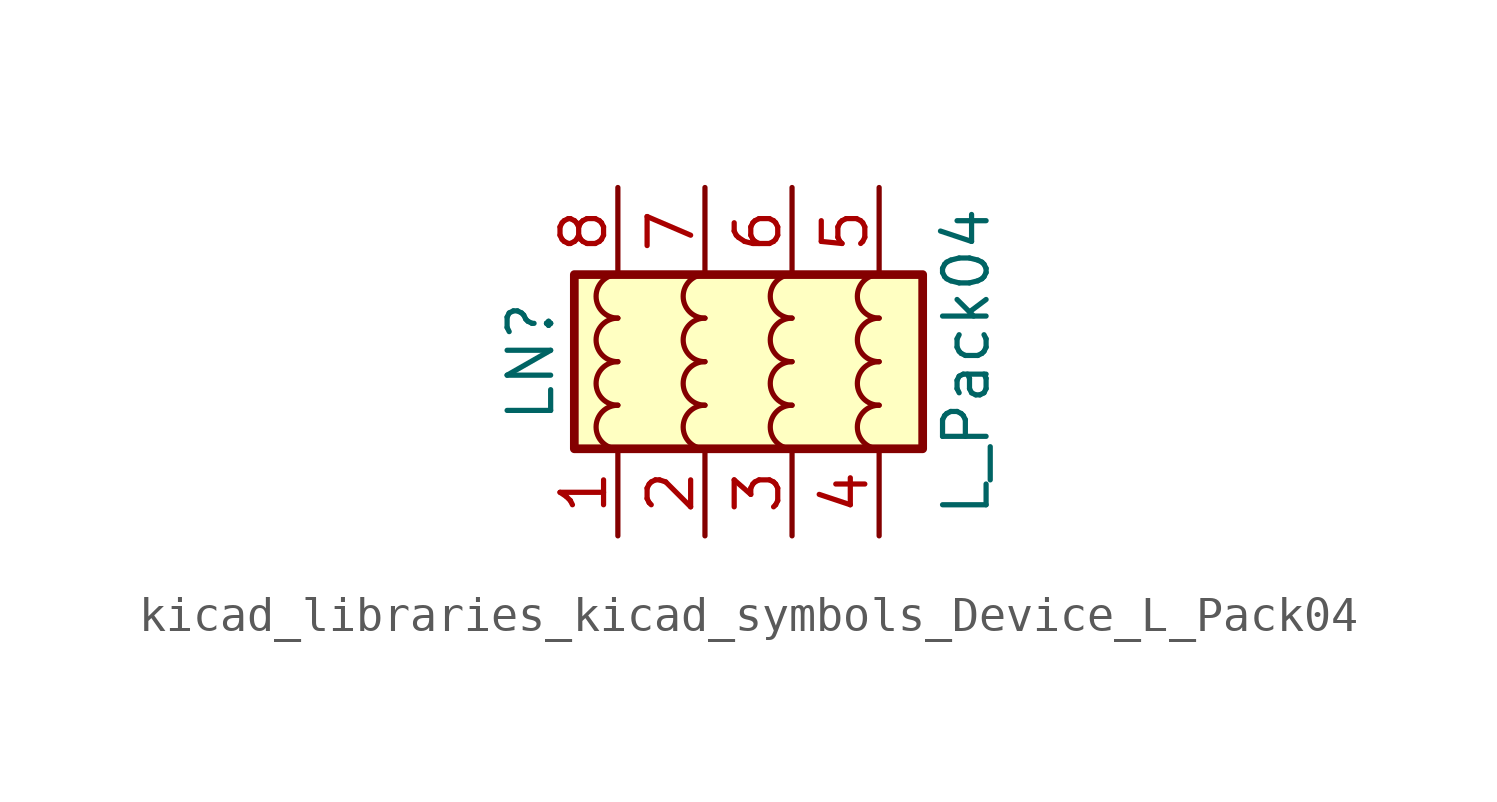
<source format=kicad_sym>
(kicad_symbol_lib
  (version 20220914)
  (generator kicad_symbol_editor)
  (symbol "kicad_libraries_kicad_symbols_Device_L_Pack04"
    (property "Reference" "LN"
      (at -7.62 0 90)
      (effects (font (size 1.27 1.27))))
    (property "Value" "L_Pack04"
      (at 5.08 0 90)
      (effects (font (size 1.27 1.27))))
    (symbol "kicad_libraries_kicad_symbols_Device_L_Pack04_0_1"
      (rectangle (start -6.35 2.54) (end 3.81 -2.54) (stroke (width 0.254) (type default)) (fill (type background))))
    (symbol "kicad_libraries_kicad_symbols_Device_L_Pack04_1_1"
      (arc (start -5.08 -1.27) (mid -5.7123 -1.905) (end -5.08 -2.54) (stroke (width 0) (type default)) (fill (type none)))
      (arc (start -5.08 0) (mid -5.7123 -0.635) (end -5.08 -1.27) (stroke (width 0) (type default)) (fill (type none)))
      (arc (start -5.08 1.27) (mid -5.7123 0.635) (end -5.08 0) (stroke (width 0) (type default)) (fill (type none)))
      (arc (start -5.08 2.54) (mid -5.7123 1.905) (end -5.08 1.27) (stroke (width 0) (type default)) (fill (type none)))
      (arc (start -2.54 -1.27) (mid -3.1723 -1.905) (end -2.54 -2.54) (stroke (width 0) (type default)) (fill (type none)))
      (arc (start -2.54 0) (mid -3.1723 -0.635) (end -2.54 -1.27) (stroke (width 0) (type default)) (fill (type none)))
      (arc (start -2.54 1.27) (mid -3.1723 0.635) (end -2.54 0) (stroke (width 0) (type default)) (fill (type none)))
      (arc (start -2.54 2.54) (mid -3.1723 1.905) (end -2.54 1.27) (stroke (width 0) (type default)) (fill (type none)))
      (arc (start 0 -1.27) (mid -0.6323 -1.905) (end 0 -2.54) (stroke (width 0) (type default)) (fill (type none)))
      (arc (start 0 0) (mid -0.6323 -0.635) (end 0 -1.27) (stroke (width 0) (type default)) (fill (type none)))
      (arc (start 0 1.27) (mid -0.6323 0.635) (end 0 0) (stroke (width 0) (type default)) (fill (type none)))
      (arc (start 0 2.54) (mid -0.6323 1.905) (end 0 1.27) (stroke (width 0) (type default)) (fill (type none)))
      (arc (start 2.54 -1.27) (mid 1.9077 -1.905) (end 2.54 -2.54) (stroke (width 0) (type default)) (fill (type none)))
      (arc (start 2.54 0) (mid 1.9077 -0.635) (end 2.54 -1.27) (stroke (width 0) (type default)) (fill (type none)))
      (arc (start 2.54 1.27) (mid 1.9077 0.635) (end 2.54 0) (stroke (width 0) (type default)) (fill (type none)))
      (arc (start 2.54 2.54) (mid 1.9077 1.905) (end 2.54 1.27) (stroke (width 0) (type default)) (fill (type none)))
      (pin passive line (at -5.08 -5.08 90) (length 2.54) (name "~" (effects (font (size 1.27 1.27)))) (number "1" (effects (font (size 1.27 1.27)))))
      (pin passive line (at -2.54 -5.08 90) (length 2.54) (name "~" (effects (font (size 1.27 1.27)))) (number "2" (effects (font (size 1.27 1.27)))))
      (pin passive line (at 0 -5.08 90) (length 2.54) (name "~" (effects (font (size 1.27 1.27)))) (number "3" (effects (font (size 1.27 1.27)))))
      (pin passive line (at 2.54 -5.08 90) (length 2.54) (name "~" (effects (font (size 1.27 1.27)))) (number "4" (effects (font (size 1.27 1.27)))))
      (pin passive line (at 2.54 5.08 270) (length 2.54) (name "~" (effects (font (size 1.27 1.27)))) (number "5" (effects (font (size 1.27 1.27)))))
      (pin passive line (at 0 5.08 270) (length 2.54) (name "~" (effects (font (size 1.27 1.27)))) (number "6" (effects (font (size 1.27 1.27)))))
      (pin passive line (at -2.54 5.08 270) (length 2.54) (name "~" (effects (font (size 1.27 1.27)))) (number "7" (effects (font (size 1.27 1.27)))))
      (pin passive line (at -5.08 5.08 270) (length 2.54) (name "~" (effects (font (size 1.27 1.27)))) (number "8" (effects (font (size 1.27 1.27))))))))
</source>
